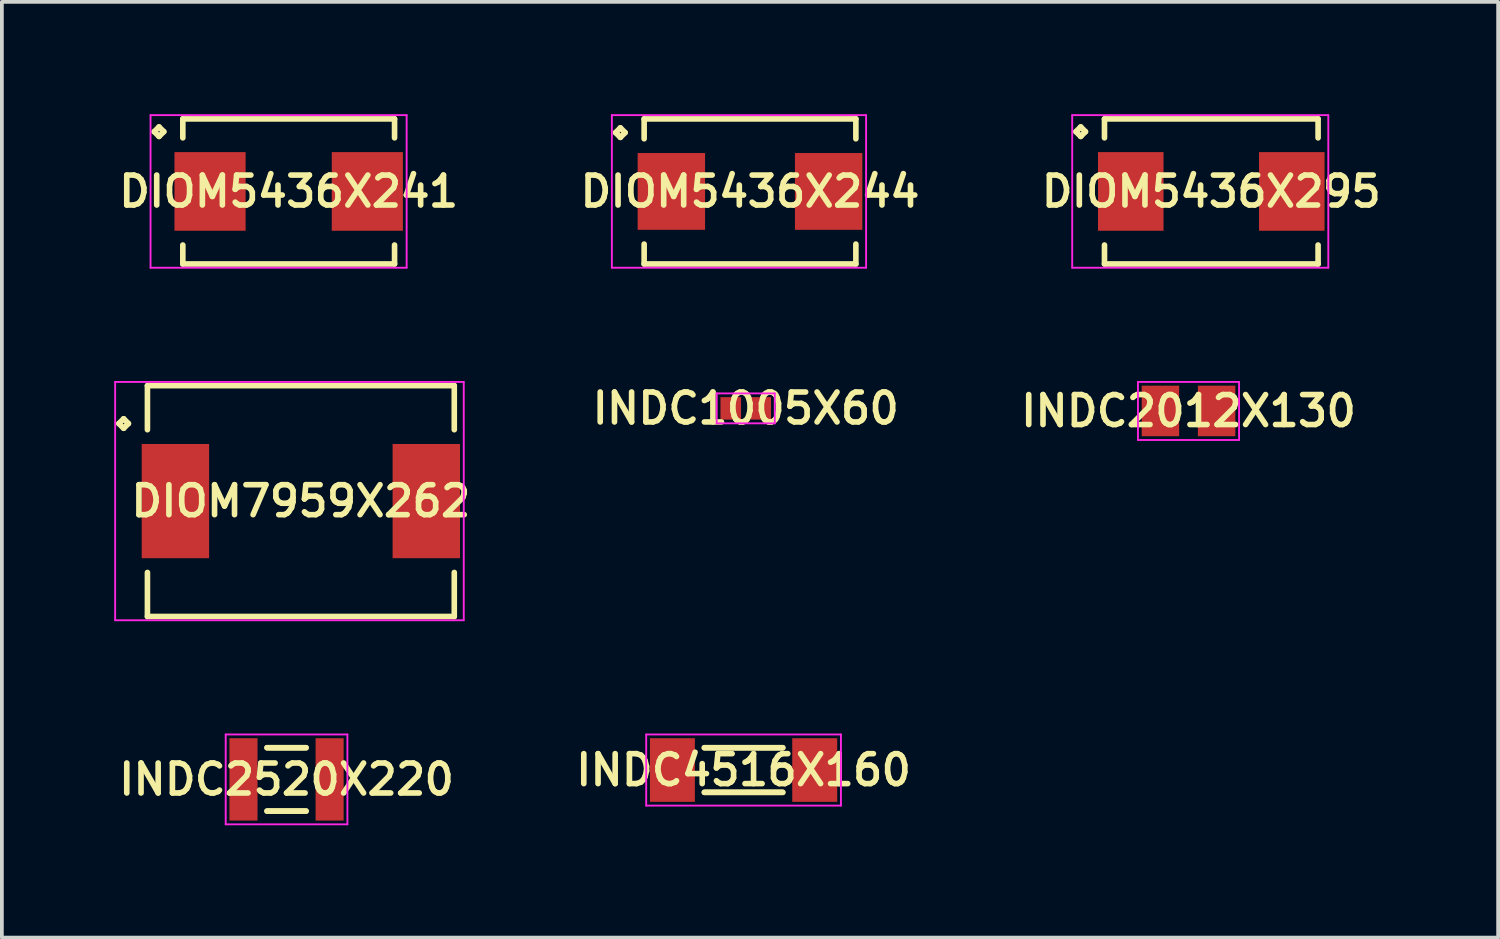
<source format=kicad_pcb>
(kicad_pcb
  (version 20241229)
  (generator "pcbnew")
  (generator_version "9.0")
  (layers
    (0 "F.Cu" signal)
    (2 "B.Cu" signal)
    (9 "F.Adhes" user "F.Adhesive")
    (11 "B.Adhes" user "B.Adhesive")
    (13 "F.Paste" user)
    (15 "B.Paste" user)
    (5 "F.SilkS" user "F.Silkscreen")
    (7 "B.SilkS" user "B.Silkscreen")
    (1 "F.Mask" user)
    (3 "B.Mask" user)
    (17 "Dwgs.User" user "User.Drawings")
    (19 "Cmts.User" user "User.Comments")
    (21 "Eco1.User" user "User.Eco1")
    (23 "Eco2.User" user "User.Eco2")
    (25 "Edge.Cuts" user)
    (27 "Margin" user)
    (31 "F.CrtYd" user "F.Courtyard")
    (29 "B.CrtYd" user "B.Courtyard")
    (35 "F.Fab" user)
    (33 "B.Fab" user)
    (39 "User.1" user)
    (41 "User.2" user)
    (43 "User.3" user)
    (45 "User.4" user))
  (footprint "INDC2012X130"
    (layer "F.Cu")
    (at 28.688 7.924)
    (property "Reference" "INDC2012X130" (at 0 0 0) (layer "F.SilkS") (effects (font (size 0.8 0.8) (thickness 0.15))))
    (attr smd)
    (fp_line (start -1.35 -0.775) (end 1.35 -0.775) (stroke (width 0.05) (type solid)) (layer "F.CrtYd"))
    (fp_line (start -1.35 0.775) (end -1.35 -0.775) (stroke (width 0.05) (type solid)) (layer "F.CrtYd"))
    (fp_line (start 1.35 -0.775) (end 1.35 0.775) (stroke (width 0.05) (type solid)) (layer "F.CrtYd"))
    (fp_line (start 1.35 0.775) (end -1.35 0.775) (stroke (width 0.05) (type solid)) (layer "F.CrtYd"))
    (pad "1" smd rect (at -0.75 0) (size 1 1.35) (layers "F.Cu" "F.Mask" "F.Paste"))
    (pad "2" smd rect (at 0.75 0) (size 1 1.35) (layers "F.Cu" "F.Mask" "F.Paste")))
  (footprint "DIOM5436X295"
    (layer "F.Cu")
    (at 29.296 2.062)
    (property "Reference" "DIOM5436X295" (at 0 0 0) (layer "F.SilkS") (effects (font (size 0.8 0.8) (thickness 0.15))))
    (attr smd)
    (fp_line (start -3.614 -1.596) (end -3.487 -1.723) (stroke (width 0.15) (type solid)) (layer "F.SilkS"))
    (fp_line (start -3.487 -1.723) (end -3.36 -1.596) (stroke (width 0.15) (type solid)) (layer "F.SilkS"))
    (fp_line (start -3.487 -1.469) (end -3.614 -1.596) (stroke (width 0.15) (type solid)) (layer "F.SilkS"))
    (fp_line (start -3.36 -1.596) (end -3.487 -1.469) (stroke (width 0.15) (type solid)) (layer "F.SilkS"))
    (fp_line (start -2.852 -1.937) (end 2.852 -1.937) (stroke (width 0.15) (type solid)) (layer "F.SilkS"))
    (fp_line (start -2.852 -1.431) (end -2.852 -1.937) (stroke (width 0.15) (type solid)) (layer "F.SilkS"))
    (fp_line (start -2.852 1.431) (end -2.852 1.937) (stroke (width 0.15) (type solid)) (layer "F.SilkS"))
    (fp_line (start -2.852 1.937) (end 2.852 1.937) (stroke (width 0.15) (type solid)) (layer "F.SilkS"))
    (fp_line (start 2.852 -1.937) (end 2.852 -1.431) (stroke (width 0.15) (type solid)) (layer "F.SilkS"))
    (fp_line (start 2.852 1.937) (end 2.852 1.431) (stroke (width 0.15) (type solid)) (layer "F.SilkS"))
    (fp_line (start -3.714 -2.037) (end 3.125 -2.037) (stroke (width 0.05) (type solid)) (layer "F.CrtYd"))
    (fp_line (start -3.714 2.037) (end -3.714 -2.037) (stroke (width 0.05) (type solid)) (layer "F.CrtYd"))
    (fp_line (start 3.125 -2.037) (end 3.125 2.037) (stroke (width 0.05) (type solid)) (layer "F.CrtYd"))
    (fp_line (start 3.125 2.037) (end -3.714 2.037) (stroke (width 0.05) (type solid)) (layer "F.CrtYd"))
    (pad "1" smd rect (at -2.15 0) (size 1.75 2.1) (layers "F.Cu" "F.Mask" "F.Paste"))
    (pad "2" smd rect (at 2.15 0) (size 1.75 2.1) (layers "F.Cu" "F.Mask" "F.Paste")))
  (footprint "DIOM5436X241"
    (layer "F.Cu")
    (at 4.659 2.062)
    (property "Reference" "DIOM5436X241" (at 0 0 0) (layer "F.SilkS") (effects (font (size 0.8 0.8) (thickness 0.15))))
    (attr smd)
    (fp_line (start -3.589 -1.596) (end -3.462 -1.723) (stroke (width 0.15) (type solid)) (layer "F.SilkS"))
    (fp_line (start -3.462 -1.723) (end -3.335 -1.596) (stroke (width 0.15) (type solid)) (layer "F.SilkS"))
    (fp_line (start -3.462 -1.469) (end -3.589 -1.596) (stroke (width 0.15) (type solid)) (layer "F.SilkS"))
    (fp_line (start -3.335 -1.596) (end -3.462 -1.469) (stroke (width 0.15) (type solid)) (layer "F.SilkS"))
    (fp_line (start -2.827 -1.937) (end 2.827 -1.937) (stroke (width 0.15) (type solid)) (layer "F.SilkS"))
    (fp_line (start -2.827 -1.431) (end -2.827 -1.937) (stroke (width 0.15) (type solid)) (layer "F.SilkS"))
    (fp_line (start -2.827 1.431) (end -2.827 1.937) (stroke (width 0.15) (type solid)) (layer "F.SilkS"))
    (fp_line (start -2.827 1.937) (end 2.827 1.937) (stroke (width 0.15) (type solid)) (layer "F.SilkS"))
    (fp_line (start 2.827 -1.937) (end 2.827 -1.431) (stroke (width 0.15) (type solid)) (layer "F.SilkS"))
    (fp_line (start 2.827 1.937) (end 2.827 1.431) (stroke (width 0.15) (type solid)) (layer "F.SilkS"))
    (fp_line (start -3.689 -2.037) (end 3.15 -2.037) (stroke (width 0.05) (type solid)) (layer "F.CrtYd"))
    (fp_line (start -3.689 2.037) (end -3.689 -2.037) (stroke (width 0.05) (type solid)) (layer "F.CrtYd"))
    (fp_line (start 3.15 -2.037) (end 3.15 2.037) (stroke (width 0.05) (type solid)) (layer "F.CrtYd"))
    (fp_line (start 3.15 2.037) (end -3.689 2.037) (stroke (width 0.05) (type solid)) (layer "F.CrtYd"))
    (pad "1" smd rect (at -2.1 0) (size 1.9 2.1) (layers "F.Cu" "F.Mask" "F.Paste"))
    (pad "2" smd rect (at 2.1 0) (size 1.9 2.1) (layers "F.Cu" "F.Mask" "F.Paste")))
  (footprint "INDC2520X220"
    (layer "F.Cu")
    (at 4.602 17.763)
    (property "Reference" "INDC2520X220" (at 0 0 0) (layer "F.SilkS") (effects (font (size 0.8 0.8) (thickness 0.15))))
    (attr smd)
    (fp_line (start -0.521 -0.846) (end 0.521 -0.846) (stroke (width 0.15) (type solid)) (layer "F.SilkS"))
    (fp_line (start -0.521 0.846) (end 0.521 0.846) (stroke (width 0.15) (type solid)) (layer "F.SilkS"))
    (fp_line (start 0.521 -0.846) (end -0.521 -0.846) (stroke (width 0.15) (type solid)) (layer "F.SilkS"))
    (fp_line (start 0.521 0.846) (end -0.521 0.846) (stroke (width 0.15) (type solid)) (layer "F.SilkS"))
    (fp_line (start -1.625 -1.2) (end 1.625 -1.2) (stroke (width 0.05) (type solid)) (layer "F.CrtYd"))
    (fp_line (start -1.625 1.2) (end -1.625 -1.2) (stroke (width 0.05) (type solid)) (layer "F.CrtYd"))
    (fp_line (start 1.625 -1.2) (end 1.625 1.2) (stroke (width 0.05) (type solid)) (layer "F.CrtYd"))
    (fp_line (start 1.625 1.2) (end -1.625 1.2) (stroke (width 0.05) (type solid)) (layer "F.CrtYd"))
    (pad "1" smd rect (at -1.15 0) (size 0.75 2.2) (layers "F.Cu" "F.Mask" "F.Paste"))
    (pad "2" smd rect (at 1.15 0) (size 0.75 2.2) (layers "F.Cu" "F.Mask" "F.Paste")))
  (footprint "DIOM5436X244"
    (layer "F.Cu")
    (at 16.978 2.062)
    (property "Reference" "DIOM5436X244" (at 0 0 0) (layer "F.SilkS") (effects (font (size 0.8 0.8) (thickness 0.15))))
    (attr smd)
    (fp_line (start -3.589 -1.571) (end -3.462 -1.698) (stroke (width 0.15) (type solid)) (layer "F.SilkS"))
    (fp_line (start -3.462 -1.698) (end -3.335 -1.571) (stroke (width 0.15) (type solid)) (layer "F.SilkS"))
    (fp_line (start -3.462 -1.444) (end -3.589 -1.571) (stroke (width 0.15) (type solid)) (layer "F.SilkS"))
    (fp_line (start -3.335 -1.571) (end -3.462 -1.444) (stroke (width 0.15) (type solid)) (layer "F.SilkS"))
    (fp_line (start -2.827 -1.937) (end 2.827 -1.937) (stroke (width 0.15) (type solid)) (layer "F.SilkS"))
    (fp_line (start -2.827 -1.406) (end -2.827 -1.937) (stroke (width 0.15) (type solid)) (layer "F.SilkS"))
    (fp_line (start -2.827 1.406) (end -2.827 1.937) (stroke (width 0.15) (type solid)) (layer "F.SilkS"))
    (fp_line (start -2.827 1.937) (end 2.827 1.937) (stroke (width 0.15) (type solid)) (layer "F.SilkS"))
    (fp_line (start 2.827 -1.937) (end 2.827 -1.406) (stroke (width 0.15) (type solid)) (layer "F.SilkS"))
    (fp_line (start 2.827 1.937) (end 2.827 1.406) (stroke (width 0.15) (type solid)) (layer "F.SilkS"))
    (fp_line (start -3.689 -2.037) (end 3.1 -2.037) (stroke (width 0.05) (type solid)) (layer "F.CrtYd"))
    (fp_line (start -3.689 2.037) (end -3.689 -2.037) (stroke (width 0.05) (type solid)) (layer "F.CrtYd"))
    (fp_line (start 3.1 -2.037) (end 3.1 2.037) (stroke (width 0.05) (type solid)) (layer "F.CrtYd"))
    (fp_line (start 3.1 2.037) (end -3.689 2.037) (stroke (width 0.05) (type solid)) (layer "F.CrtYd"))
    (pad "1" smd rect (at -2.1 0) (size 1.8 2.05) (layers "F.Cu" "F.Mask" "F.Paste"))
    (pad "2" smd rect (at 2.1 0) (size 1.8 2.05) (layers "F.Cu" "F.Mask" "F.Paste")))
  (footprint "DIOM7959X262"
    (layer "F.Cu")
    (at 4.984 10.331)
    (property "Reference" "DIOM7959X262" (at 0 0 0) (layer "F.SilkS") (effects (font (size 0.8 0.8) (thickness 0.15))))
    (attr smd)
    (fp_line (start -4.859 -2.071) (end -4.732 -2.198) (stroke (width 0.15) (type solid)) (layer "F.SilkS"))
    (fp_line (start -4.732 -2.198) (end -4.605 -2.071) (stroke (width 0.15) (type solid)) (layer "F.SilkS"))
    (fp_line (start -4.732 -1.944) (end -4.859 -2.071) (stroke (width 0.15) (type solid)) (layer "F.SilkS"))
    (fp_line (start -4.605 -2.071) (end -4.732 -1.944) (stroke (width 0.15) (type solid)) (layer "F.SilkS"))
    (fp_line (start -4.097 -3.082) (end 4.097 -3.082) (stroke (width 0.15) (type solid)) (layer "F.SilkS"))
    (fp_line (start -4.097 -1.906) (end -4.097 -3.082) (stroke (width 0.15) (type solid)) (layer "F.SilkS"))
    (fp_line (start -4.097 1.906) (end -4.097 3.082) (stroke (width 0.15) (type solid)) (layer "F.SilkS"))
    (fp_line (start -4.097 3.082) (end 4.097 3.082) (stroke (width 0.15) (type solid)) (layer "F.SilkS"))
    (fp_line (start 4.097 -3.082) (end 4.097 -1.906) (stroke (width 0.15) (type solid)) (layer "F.SilkS"))
    (fp_line (start 4.097 3.082) (end 4.097 1.906) (stroke (width 0.15) (type solid)) (layer "F.SilkS"))
    (fp_line (start -4.959 -3.182) (end 4.35 -3.182) (stroke (width 0.05) (type solid)) (layer "F.CrtYd"))
    (fp_line (start -4.959 3.182) (end -4.959 -3.182) (stroke (width 0.05) (type solid)) (layer "F.CrtYd"))
    (fp_line (start 4.35 -3.182) (end 4.35 3.182) (stroke (width 0.05) (type solid)) (layer "F.CrtYd"))
    (fp_line (start 4.35 3.182) (end -4.959 3.182) (stroke (width 0.05) (type solid)) (layer "F.CrtYd"))
    (pad "1" smd rect (at -3.35 0) (size 1.8 3.05) (layers "F.Cu" "F.Mask" "F.Paste"))
    (pad "2" smd rect (at 3.35 0) (size 1.8 3.05) (layers "F.Cu" "F.Mask" "F.Paste")))
  (footprint "INDC1005X60"
    (layer "F.Cu")
    (at 16.864 7.855)
    (property "Reference" "INDC1005X60" (at 0 0 0) (layer "F.SilkS") (effects (font (size 0.8 0.8) (thickness 0.15))))
    (attr smd)
    (fp_line (start -0.775 -0.4) (end 0.775 -0.4) (stroke (width 0.05) (type solid)) (layer "F.CrtYd"))
    (fp_line (start -0.775 0.4) (end -0.775 -0.4) (stroke (width 0.05) (type solid)) (layer "F.CrtYd"))
    (fp_line (start 0.775 -0.4) (end 0.775 0.4) (stroke (width 0.05) (type solid)) (layer "F.CrtYd"))
    (fp_line (start 0.775 0.4) (end -0.775 0.4) (stroke (width 0.05) (type solid)) (layer "F.CrtYd"))
    (pad "1" smd rect (at -0.4 0) (size 0.55 0.6) (layers "F.Cu" "F.Mask" "F.Paste"))
    (pad "2" smd rect (at 0.4 0) (size 0.55 0.6) (layers "F.Cu" "F.Mask" "F.Paste")))
  (footprint "INDC4516X160"
    (layer "F.Cu")
    (at 16.806 17.513)
    (property "Reference" "INDC4516X160" (at 0 0 0) (layer "F.SilkS") (effects (font (size 0.8 0.8) (thickness 0.15))))
    (attr smd)
    (fp_line (start -1.046 -0.596) (end 1.046 -0.596) (stroke (width 0.15) (type solid)) (layer "F.SilkS"))
    (fp_line (start -1.046 0.596) (end 1.046 0.596) (stroke (width 0.15) (type solid)) (layer "F.SilkS"))
    (fp_line (start 1.046 -0.596) (end -1.046 -0.596) (stroke (width 0.15) (type solid)) (layer "F.SilkS"))
    (fp_line (start 1.046 0.596) (end -1.046 0.596) (stroke (width 0.15) (type solid)) (layer "F.SilkS"))
    (fp_line (start -2.6 -0.95) (end 2.6 -0.95) (stroke (width 0.05) (type solid)) (layer "F.CrtYd"))
    (fp_line (start -2.6 0.95) (end -2.6 -0.95) (stroke (width 0.05) (type solid)) (layer "F.CrtYd"))
    (fp_line (start 2.6 -0.95) (end 2.6 0.95) (stroke (width 0.05) (type solid)) (layer "F.CrtYd"))
    (fp_line (start 2.6 0.95) (end -2.6 0.95) (stroke (width 0.05) (type solid)) (layer "F.CrtYd"))
    (pad "1" smd rect (at -1.9 0) (size 1.2 1.7) (layers "F.Cu" "F.Mask" "F.Paste"))
    (pad "2" smd rect (at 1.9 0) (size 1.2 1.7) (layers "F.Cu" "F.Mask" "F.Paste")))
  (gr_rect
    (start -3 -3)
    (end 36.956 21.988)
    (stroke (width 0.1) (type default))
    (fill no)
    (layer "Edge.Cuts")))
</source>
